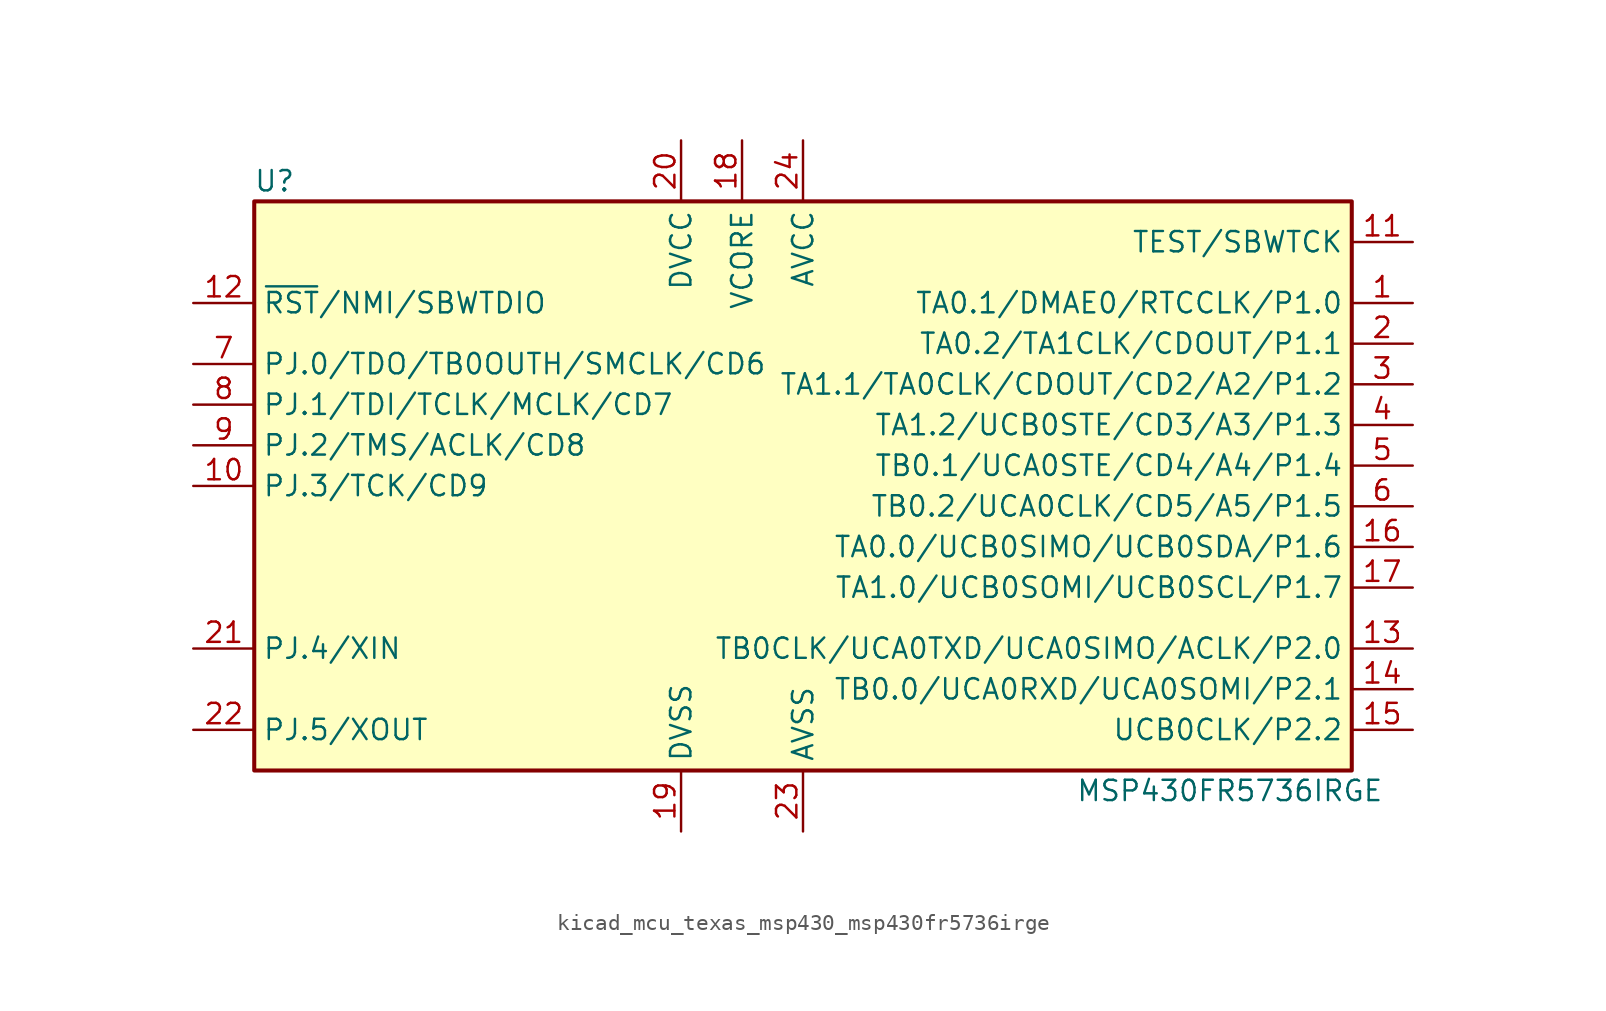
<source format=kicad_sym>
(kicad_symbol_lib
  (version 20220914)
  (generator kicad_symbol_editor)
  (symbol "kicad_mcu_texas_msp430_msp430fr5736irge"
    (property "Reference" "U"
      (at -33.02 19.05 0)
      (effects (font (size 1.27 1.27))))
    (property "Value" "MSP430FR5736IRGE"
      (at 26.67 -19.05 0)
      (effects (font (size 1.27 1.27))))
    (symbol "kicad_mcu_texas_msp430_msp430fr5736irge_0_1"
      (rectangle (start -34.29 17.78) (end 34.29 -17.78) (stroke (width 0.254) (type default)) (fill (type background))))
    (symbol "kicad_mcu_texas_msp430_msp430fr5736irge_1_1"
      (pin bidirectional line (at 38.1 11.43 180) (length 3.81) (name "TA0.1/DMAE0/RTCCLK/P1.0" (effects (font (size 1.27 1.27)))) (number "1" (effects (font (size 1.27 1.27)))))
      (pin bidirectional line (at -38.1 0 0) (length 3.81) (name "PJ.3/TCK/CD9" (effects (font (size 1.27 1.27)))) (number "10" (effects (font (size 1.27 1.27)))))
      (pin input line (at 38.1 15.24 180) (length 3.81) (name "TEST/SBWTCK" (effects (font (size 1.27 1.27)))) (number "11" (effects (font (size 1.27 1.27)))))
      (pin input line (at -38.1 11.43 0) (length 3.81) (name "~{RST}/NMI/SBWTDIO" (effects (font (size 1.27 1.27)))) (number "12" (effects (font (size 1.27 1.27)))))
      (pin input line (at 38.1 -10.16 180) (length 3.81) (name "TB0CLK/UCA0TXD/UCA0SIMO/ACLK/P2.0" (effects (font (size 1.27 1.27)))) (number "13" (effects (font (size 1.27 1.27)))))
      (pin input line (at 38.1 -12.7 180) (length 3.81) (name "TB0.0/UCA0RXD/UCA0SOMI/P2.1" (effects (font (size 1.27 1.27)))) (number "14" (effects (font (size 1.27 1.27)))))
      (pin input line (at 38.1 -15.24 180) (length 3.81) (name "UCB0CLK/P2.2" (effects (font (size 1.27 1.27)))) (number "15" (effects (font (size 1.27 1.27)))))
      (pin input line (at 38.1 -3.81 180) (length 3.81) (name "TA0.0/UCB0SIMO/UCB0SDA/P1.6" (effects (font (size 1.27 1.27)))) (number "16" (effects (font (size 1.27 1.27)))))
      (pin input line (at 38.1 -6.35 180) (length 3.81) (name "TA1.0/UCB0SOMI/UCB0SCL/P1.7" (effects (font (size 1.27 1.27)))) (number "17" (effects (font (size 1.27 1.27)))))
      (pin input line (at -3.81 21.59 270) (length 3.81) (name "VCORE" (effects (font (size 1.27 1.27)))) (number "18" (effects (font (size 1.27 1.27)))))
      (pin power_in line (at -7.62 -21.59 90) (length 3.81) (name "DVSS" (effects (font (size 1.27 1.27)))) (number "19" (effects (font (size 1.27 1.27)))))
      (pin bidirectional line (at 38.1 8.89 180) (length 3.81) (name "TA0.2/TA1CLK/CDOUT/P1.1" (effects (font (size 1.27 1.27)))) (number "2" (effects (font (size 1.27 1.27)))))
      (pin power_in line (at -7.62 21.59 270) (length 3.81) (name "DVCC" (effects (font (size 1.27 1.27)))) (number "20" (effects (font (size 1.27 1.27)))))
      (pin input line (at -38.1 -10.16 0) (length 3.81) (name "PJ.4/XIN" (effects (font (size 1.27 1.27)))) (number "21" (effects (font (size 1.27 1.27)))))
      (pin input line (at -38.1 -15.24 0) (length 3.81) (name "PJ.5/XOUT" (effects (font (size 1.27 1.27)))) (number "22" (effects (font (size 1.27 1.27)))))
      (pin power_in line (at 0 -21.59 90) (length 3.81) (name "AVSS" (effects (font (size 1.27 1.27)))) (number "23" (effects (font (size 1.27 1.27)))))
      (pin power_in line (at 0 21.59 270) (length 3.81) (name "AVCC" (effects (font (size 1.27 1.27)))) (number "24" (effects (font (size 1.27 1.27)))))
      (pin bidirectional line (at 38.1 6.35 180) (length 3.81) (name "TA1.1/TA0CLK/CDOUT/CD2/A2/P1.2" (effects (font (size 1.27 1.27)))) (number "3" (effects (font (size 1.27 1.27)))))
      (pin bidirectional line (at 38.1 3.81 180) (length 3.81) (name "TA1.2/UCB0STE/CD3/A3/P1.3" (effects (font (size 1.27 1.27)))) (number "4" (effects (font (size 1.27 1.27)))))
      (pin bidirectional line (at 38.1 1.27 180) (length 3.81) (name "TB0.1/UCA0STE/CD4/A4/P1.4" (effects (font (size 1.27 1.27)))) (number "5" (effects (font (size 1.27 1.27)))))
      (pin bidirectional line (at 38.1 -1.27 180) (length 3.81) (name "TB0.2/UCA0CLK/CD5/A5/P1.5" (effects (font (size 1.27 1.27)))) (number "6" (effects (font (size 1.27 1.27)))))
      (pin bidirectional line (at -38.1 7.62 0) (length 3.81) (name "PJ.0/TDO/TB0OUTH/SMCLK/CD6" (effects (font (size 1.27 1.27)))) (number "7" (effects (font (size 1.27 1.27)))))
      (pin bidirectional line (at -38.1 5.08 0) (length 3.81) (name "PJ.1/TDI/TCLK/MCLK/CD7" (effects (font (size 1.27 1.27)))) (number "8" (effects (font (size 1.27 1.27)))))
      (pin bidirectional line (at -38.1 2.54 0) (length 3.81) (name "PJ.2/TMS/ACLK/CD8" (effects (font (size 1.27 1.27)))) (number "9" (effects (font (size 1.27 1.27))))))))
</source>
